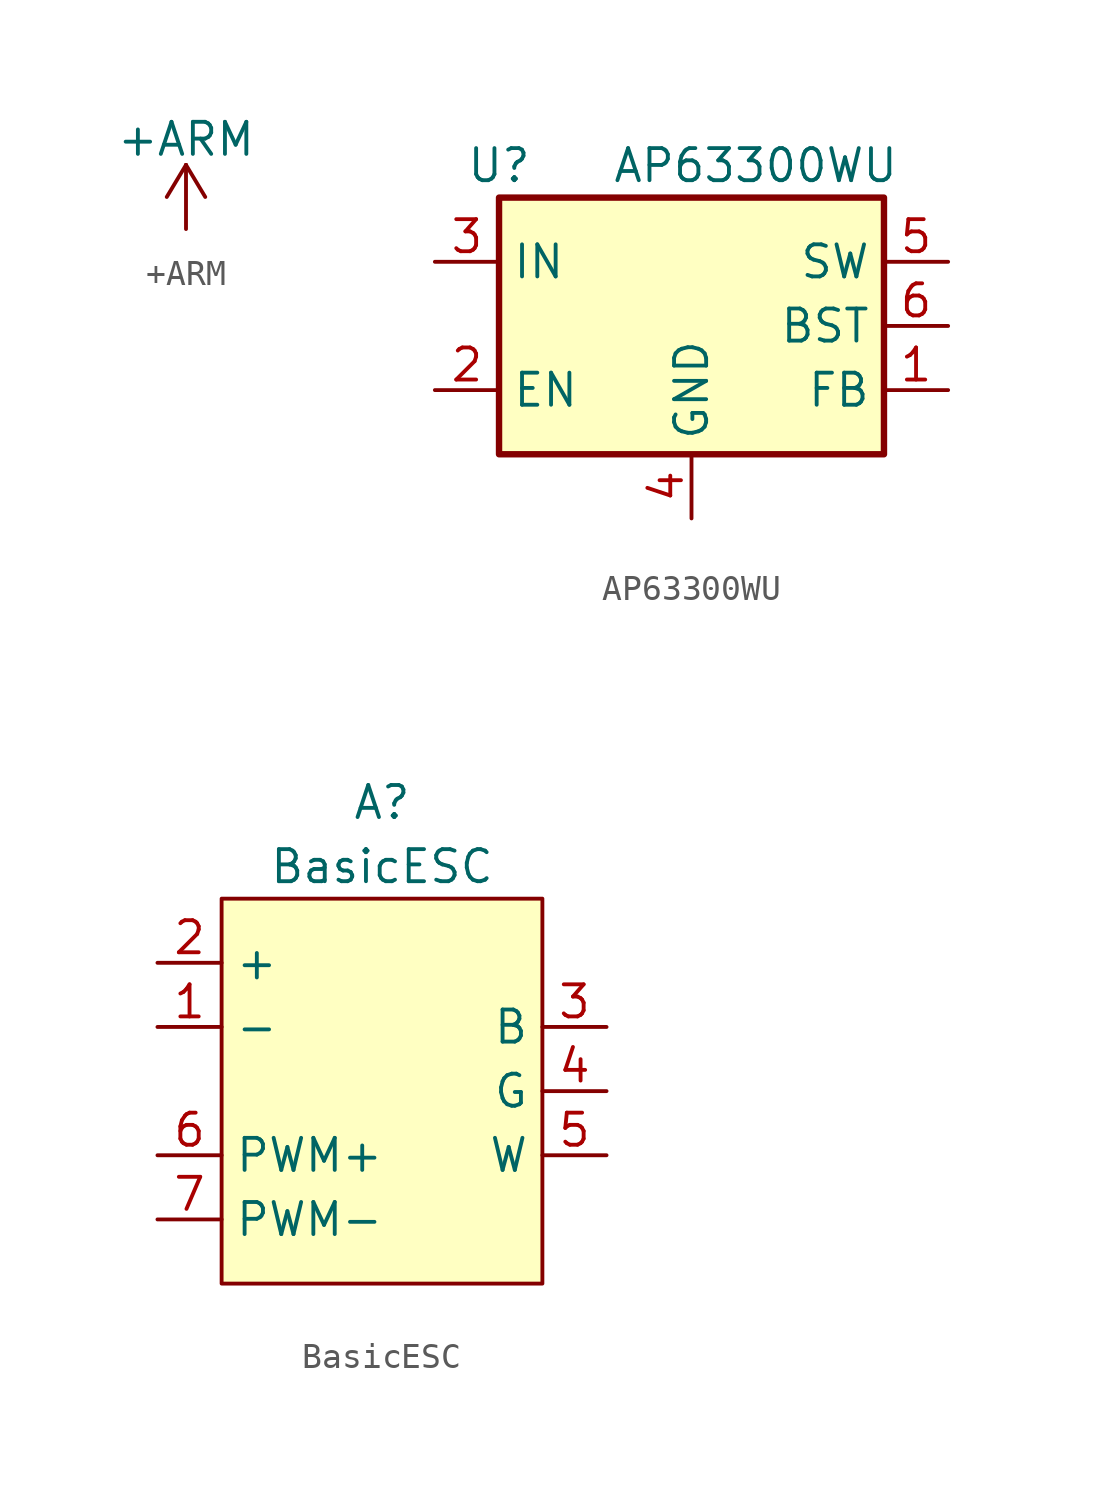
<source format=kicad_sym>
(kicad_symbol_lib
  (version 20211014)
  (generator kicad_symbol_editor)
  (symbol "+ARM"
    (power)
    (pin_names
      (offset 0))
    (property "Reference" "#PWR"
      (at 0 -3.81 0)
      (effects (font (size 1.27 1.27)) hide))
    (property "Value" "+ARM"
      (at 0 3.556 0)
      (effects (font (size 1.27 1.27))))
    (symbol "+ARM_0_1"
      (polyline (pts (xy -0.762 1.27) (xy 0 2.54)) (stroke (width 0) (type default) (color 0 0 0 0)) (fill (type none)))
      (polyline (pts (xy 0 0) (xy 0 2.54)) (stroke (width 0) (type default) (color 0 0 0 0)) (fill (type none)))
      (polyline (pts (xy 0 2.54) (xy 0.762 1.27)) (stroke (width 0) (type default) (color 0 0 0 0)) (fill (type none))))
    (symbol "+ARM_1_1"
      (pin power_in line (at 0 0 90) (length 0) hide (name "+ARM" (effects (font (size 1.27 1.27)))) (number "1" (effects (font (size 1.27 1.27)))))))
  (symbol "AP63300WU"
    (property "Reference" "U"
      (at -7.62 6.35 0)
      (effects (font (size 1.27 1.27))))
    (property "Value" "AP63300WU"
      (at 2.54 6.35 0)
      (effects (font (size 1.27 1.27))))
    (symbol "AP63300WU_0_1"
      (rectangle (start -7.62 5.08) (end 7.62 -5.08) (stroke (width 0.254) (type default) (color 0 0 0 0)) (fill (type background))))
    (symbol "AP63300WU_1_1"
      (pin input line (at 10.16 -2.54 180) (length 2.54) (name "FB" (effects (font (size 1.27 1.27)))) (number "1" (effects (font (size 1.27 1.27)))))
      (pin input line (at -10.16 -2.54 0) (length 2.54) (name "EN" (effects (font (size 1.27 1.27)))) (number "2" (effects (font (size 1.27 1.27)))))
      (pin power_in line (at -10.16 2.54 0) (length 2.54) (name "IN" (effects (font (size 1.27 1.27)))) (number "3" (effects (font (size 1.27 1.27)))))
      (pin power_in line (at 0 -7.62 90) (length 2.54) (name "GND" (effects (font (size 1.27 1.27)))) (number "4" (effects (font (size 1.27 1.27)))))
      (pin output line (at 10.16 2.54 180) (length 2.54) (name "SW" (effects (font (size 1.27 1.27)))) (number "5" (effects (font (size 1.27 1.27)))))
      (pin passive line (at 10.16 0 180) (length 2.54) (name "BST" (effects (font (size 1.27 1.27)))) (number "6" (effects (font (size 1.27 1.27)))))))
  (symbol "BasicESC"
    (property "Reference" "A"
      (at 0 11.43 0)
      (effects (font (size 1.27 1.27))))
    (property "Value" "BasicESC"
      (at 0 8.89 0)
      (effects (font (size 1.27 1.27))))
    (symbol "BasicESC_0_1"
      (rectangle (start -6.35 7.62) (end 6.35 -7.62) (stroke (width 0) (type default) (color 0 0 0 0)) (fill (type background))))
    (symbol "BasicESC_1_1"
      (pin power_in line (at -8.89 2.54 0) (length 2.54) (name "-" (effects (font (size 1.27 1.27)))) (number "1" (effects (font (size 1.27 1.27)))))
      (pin power_in line (at -8.89 5.08 0) (length 2.54) (name "+" (effects (font (size 1.27 1.27)))) (number "2" (effects (font (size 1.27 1.27)))))
      (pin bidirectional line (at 8.89 2.54 180) (length 2.54) (name "B" (effects (font (size 1.27 1.27)))) (number "3" (effects (font (size 1.27 1.27)))))
      (pin bidirectional line (at 8.89 0 180) (length 2.54) (name "G" (effects (font (size 1.27 1.27)))) (number "4" (effects (font (size 1.27 1.27)))))
      (pin bidirectional line (at 8.89 -2.54 180) (length 2.54) (name "W" (effects (font (size 1.27 1.27)))) (number "5" (effects (font (size 1.27 1.27)))))
      (pin input line (at -8.89 -2.54 0) (length 2.54) (name "PWM+" (effects (font (size 1.27 1.27)))) (number "6" (effects (font (size 1.27 1.27)))))
      (pin input line (at -8.89 -5.08 0) (length 2.54) (name "PWM-" (effects (font (size 1.27 1.27)))) (number "7" (effects (font (size 1.27 1.27))))))))
</source>
